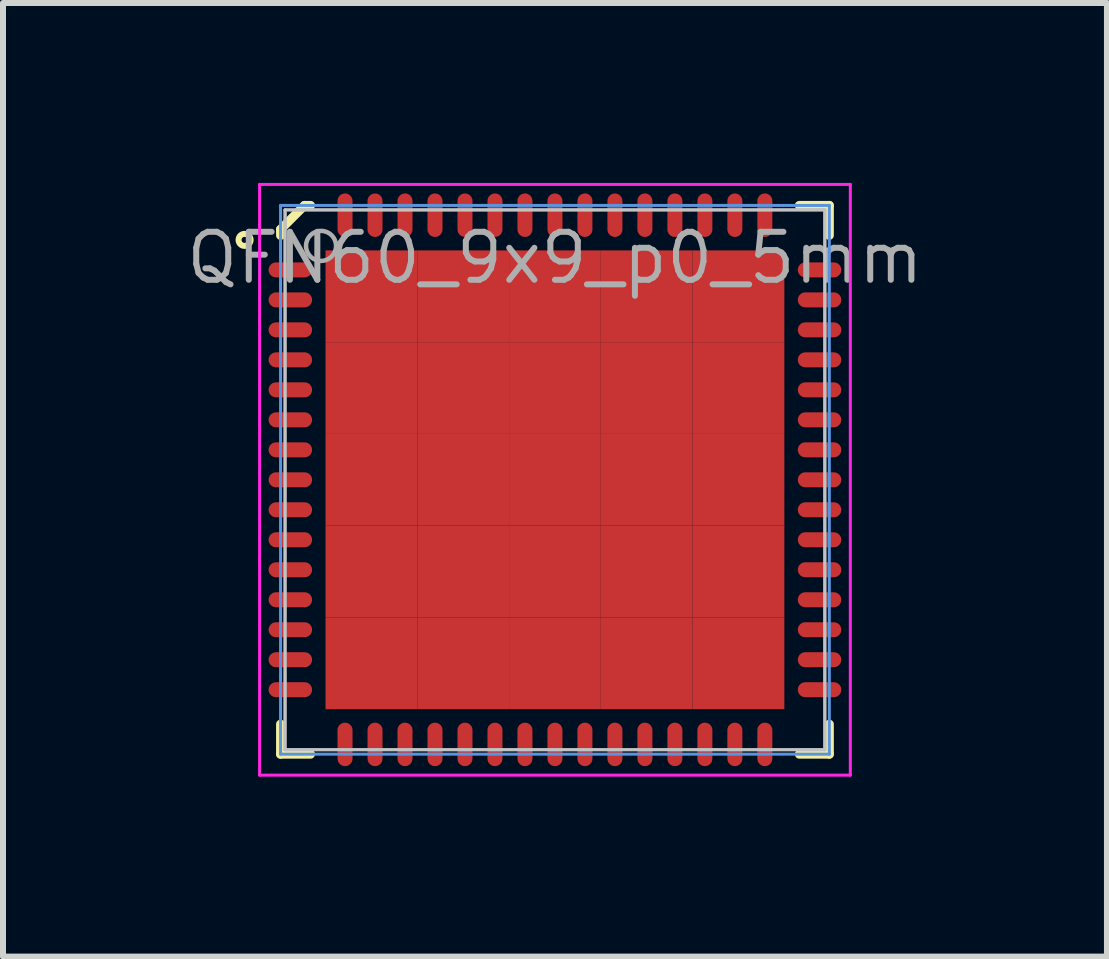
<source format=kicad_pcb>
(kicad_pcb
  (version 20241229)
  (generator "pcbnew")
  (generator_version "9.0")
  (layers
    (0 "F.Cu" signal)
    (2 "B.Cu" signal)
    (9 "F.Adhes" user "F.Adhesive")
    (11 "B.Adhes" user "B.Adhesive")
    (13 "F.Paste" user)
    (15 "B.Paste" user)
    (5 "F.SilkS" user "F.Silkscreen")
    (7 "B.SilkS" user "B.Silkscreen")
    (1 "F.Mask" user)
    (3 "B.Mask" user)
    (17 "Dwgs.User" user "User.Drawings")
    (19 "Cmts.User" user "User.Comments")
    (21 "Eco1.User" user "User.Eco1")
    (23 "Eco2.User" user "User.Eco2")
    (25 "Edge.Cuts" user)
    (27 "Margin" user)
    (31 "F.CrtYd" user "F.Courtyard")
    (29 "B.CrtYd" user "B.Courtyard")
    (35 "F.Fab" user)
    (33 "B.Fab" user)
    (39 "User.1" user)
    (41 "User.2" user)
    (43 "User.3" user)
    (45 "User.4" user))
  (footprint "QFN60_9x9_p0_5mm"
    (layer "F.Cu")
    (at 6.203 4.95)
    (property "Reference" "QFN60_9x9_p0_5mm" (at 0 -3.7 0) (layer "F.Fab") (effects (font (size 0.8 0.8) (thickness 0.1))))
    (attr through_hole)
    (fp_line (start -4.575 -4.175) (end -4.575 -4.075) (stroke (width 0.15) (type solid)) (layer "F.SilkS"))
    (fp_line (start -4.575 -4.175) (end -4.175 -4.575) (stroke (width 0.15) (type solid)) (layer "F.SilkS"))
    (fp_line (start -4.575 4.575) (end -4.575 4.075) (stroke (width 0.15) (type solid)) (layer "F.SilkS"))
    (fp_line (start -4.575 4.575) (end -4.075 4.575) (stroke (width 0.15) (type solid)) (layer "F.SilkS"))
    (fp_line (start -4.075 -4.575) (end -4.175 -4.575) (stroke (width 0.15) (type solid)) (layer "F.SilkS"))
    (fp_line (start 4.575 -4.575) (end 4.075 -4.575) (stroke (width 0.15) (type solid)) (layer "F.SilkS"))
    (fp_line (start 4.575 -4.575) (end 4.575 -4.075) (stroke (width 0.15) (type solid)) (layer "F.SilkS"))
    (fp_line (start 4.575 4.575) (end 4.075 4.575) (stroke (width 0.15) (type solid)) (layer "F.SilkS"))
    (fp_line (start 4.575 4.575) (end 4.575 4.075) (stroke (width 0.15) (type solid)) (layer "F.SilkS"))
    (fp_circle (center -5.175 -4) (end -5.104 -3.929) (stroke (width 0.1) (type solid)) (fill no) (layer "F.SilkS"))
    (fp_line (start -4.5 -4.5) (end -4.5 4.5) (stroke (width 0.05) (type solid)) (layer "Dwgs.User"))
    (fp_line (start -4.5 -4.5) (end 4.5 -4.5) (stroke (width 0.05) (type solid)) (layer "Dwgs.User"))
    (fp_line (start -4.5 4.5) (end 4.5 4.5) (stroke (width 0.05) (type solid)) (layer "Dwgs.User"))
    (fp_line (start 4.5 -4.5) (end 4.5 4.5) (stroke (width 0.05) (type solid)) (layer "Dwgs.User"))
    (fp_line (start -4.575 -4.575) (end -4.575 4.575) (stroke (width 0.05) (type solid)) (layer "Cmts.User"))
    (fp_line (start -4.575 -4.575) (end 4.575 -4.575) (stroke (width 0.05) (type solid)) (layer "Cmts.User"))
    (fp_line (start -4.575 4.575) (end 4.575 4.575) (stroke (width 0.05) (type solid)) (layer "Cmts.User"))
    (fp_line (start 4.575 -4.575) (end 4.575 4.575) (stroke (width 0.05) (type solid)) (layer "Cmts.User"))
    (fp_line (start -4.425 -4.425) (end -4.425 4.425) (stroke (width 0.05) (type solid)) (layer "Eco1.User"))
    (fp_line (start -4.425 -4.425) (end 4.425 -4.425) (stroke (width 0.05) (type solid)) (layer "Eco1.User"))
    (fp_line (start -4.425 4.425) (end 4.425 4.425) (stroke (width 0.05) (type solid)) (layer "Eco1.User"))
    (fp_line (start 4.425 -4.425) (end 4.425 4.425) (stroke (width 0.05) (type solid)) (layer "Eco1.User"))
    (fp_line (start -4.925 -4.925) (end -4.925 4.925) (stroke (width 0.05) (type solid)) (layer "F.CrtYd"))
    (fp_line (start -4.925 -4.925) (end 4.925 -4.925) (stroke (width 0.05) (type solid)) (layer "F.CrtYd"))
    (fp_line (start -4.925 4.925) (end 4.925 4.925) (stroke (width 0.05) (type solid)) (layer "F.CrtYd"))
    (fp_line (start 4.925 -4.925) (end 4.925 4.925) (stroke (width 0.05) (type solid)) (layer "F.CrtYd"))
    (fp_line (start -4.5 -4.5) (end -4.5 4.5) (stroke (width 0.05) (type solid)) (layer "F.Fab"))
    (fp_line (start -4.5 -4.5) (end 4.5 -4.5) (stroke (width 0.05) (type solid)) (layer "F.Fab"))
    (fp_line (start -4.5 4.5) (end 4.5 4.5) (stroke (width 0.05) (type solid)) (layer "F.Fab"))
    (fp_line (start 4.5 -4.5) (end 4.5 4.5) (stroke (width 0.05) (type solid)) (layer "F.Fab"))
    (fp_circle (center -3.9 -3.9) (end -3.723 -3.723) (stroke (width 0.075) (type solid)) (fill no) (layer "F.Fab"))
    (pad "1" smd oval (at -4.412 -3.5 180) (size 0.725 0.25) (layers "F.Cu" "F.Mask" "F.Paste"))
    (pad "2" smd oval (at -4.412 -3 180) (size 0.725 0.25) (layers "F.Cu" "F.Mask" "F.Paste"))
    (pad "3" smd oval (at -4.412 -2.5 180) (size 0.725 0.25) (layers "F.Cu" "F.Mask" "F.Paste"))
    (pad "4" smd oval (at -4.412 -2 180) (size 0.725 0.25) (layers "F.Cu" "F.Mask" "F.Paste"))
    (pad "5" smd oval (at -4.412 -1.5 180) (size 0.725 0.25) (layers "F.Cu" "F.Mask" "F.Paste"))
    (pad "6" smd oval (at -4.412 -1 180) (size 0.725 0.25) (layers "F.Cu" "F.Mask" "F.Paste"))
    (pad "7" smd oval (at -4.412 -0.5 180) (size 0.725 0.25) (layers "F.Cu" "F.Mask" "F.Paste"))
    (pad "8" smd oval (at -4.412 0 180) (size 0.725 0.25) (layers "F.Cu" "F.Mask" "F.Paste"))
    (pad "9" smd oval (at -4.412 0.5 180) (size 0.725 0.25) (layers "F.Cu" "F.Mask" "F.Paste"))
    (pad "10" smd oval (at -4.412 1 180) (size 0.725 0.25) (layers "F.Cu" "F.Mask" "F.Paste"))
    (pad "11" smd oval (at -4.412 1.5 180) (size 0.725 0.25) (layers "F.Cu" "F.Mask" "F.Paste"))
    (pad "12" smd oval (at -4.412 2 180) (size 0.725 0.25) (layers "F.Cu" "F.Mask" "F.Paste"))
    (pad "13" smd oval (at -4.412 2.5 180) (size 0.725 0.25) (layers "F.Cu" "F.Mask" "F.Paste"))
    (pad "14" smd oval (at -4.412 3 180) (size 0.725 0.25) (layers "F.Cu" "F.Mask" "F.Paste"))
    (pad "15" smd oval (at -4.412 3.5 180) (size 0.725 0.25) (layers "F.Cu" "F.Mask" "F.Paste"))
    (pad "16" smd oval (at -3.5 4.412 270) (size 0.725 0.25) (layers "F.Cu" "F.Mask" "F.Paste"))
    (pad "17" smd oval (at -3 4.412 270) (size 0.725 0.25) (layers "F.Cu" "F.Mask" "F.Paste"))
    (pad "18" smd oval (at -2.5 4.412 270) (size 0.725 0.25) (layers "F.Cu" "F.Mask" "F.Paste"))
    (pad "19" smd oval (at -2 4.412 270) (size 0.725 0.25) (layers "F.Cu" "F.Mask" "F.Paste"))
    (pad "20" smd oval (at -1.5 4.412 270) (size 0.725 0.25) (layers "F.Cu" "F.Mask" "F.Paste"))
    (pad "21" smd oval (at -1 4.412 270) (size 0.725 0.25) (layers "F.Cu" "F.Mask" "F.Paste"))
    (pad "22" smd oval (at -0.5 4.412 270) (size 0.725 0.25) (layers "F.Cu" "F.Mask" "F.Paste"))
    (pad "23" smd oval (at 0 4.412 270) (size 0.725 0.25) (layers "F.Cu" "F.Mask" "F.Paste"))
    (pad "24" smd oval (at 0.5 4.412 270) (size 0.725 0.25) (layers "F.Cu" "F.Mask" "F.Paste"))
    (pad "25" smd oval (at 1 4.412 270) (size 0.725 0.25) (layers "F.Cu" "F.Mask" "F.Paste"))
    (pad "26" smd oval (at 1.5 4.412 270) (size 0.725 0.25) (layers "F.Cu" "F.Mask" "F.Paste"))
    (pad "27" smd oval (at 2 4.412 270) (size 0.725 0.25) (layers "F.Cu" "F.Mask" "F.Paste"))
    (pad "28" smd oval (at 2.5 4.412 270) (size 0.725 0.25) (layers "F.Cu" "F.Mask" "F.Paste"))
    (pad "29" smd oval (at 3 4.412 270) (size 0.725 0.25) (layers "F.Cu" "F.Mask" "F.Paste"))
    (pad "30" smd oval (at 3.5 4.412 270) (size 0.725 0.25) (layers "F.Cu" "F.Mask" "F.Paste"))
    (pad "31" smd oval (at 4.412 3.5) (size 0.725 0.25) (layers "F.Cu" "F.Mask" "F.Paste"))
    (pad "32" smd oval (at 4.412 3) (size 0.725 0.25) (layers "F.Cu" "F.Mask" "F.Paste"))
    (pad "33" smd oval (at 4.412 2.5) (size 0.725 0.25) (layers "F.Cu" "F.Mask" "F.Paste"))
    (pad "34" smd oval (at 4.412 2) (size 0.725 0.25) (layers "F.Cu" "F.Mask" "F.Paste"))
    (pad "35" smd oval (at 4.412 1.5) (size 0.725 0.25) (layers "F.Cu" "F.Mask" "F.Paste"))
    (pad "36" smd oval (at 4.412 1) (size 0.725 0.25) (layers "F.Cu" "F.Mask" "F.Paste"))
    (pad "37" smd oval (at 4.412 0.5) (size 0.725 0.25) (layers "F.Cu" "F.Mask" "F.Paste"))
    (pad "38" smd oval (at 4.412 0) (size 0.725 0.25) (layers "F.Cu" "F.Mask" "F.Paste"))
    (pad "39" smd oval (at 4.412 -0.5) (size 0.725 0.25) (layers "F.Cu" "F.Mask" "F.Paste"))
    (pad "40" smd oval (at 4.412 -1) (size 0.725 0.25) (layers "F.Cu" "F.Mask" "F.Paste"))
    (pad "41" smd oval (at 4.412 -1.5) (size 0.725 0.25) (layers "F.Cu" "F.Mask" "F.Paste"))
    (pad "42" smd oval (at 4.412 -2) (size 0.725 0.25) (layers "F.Cu" "F.Mask" "F.Paste"))
    (pad "43" smd oval (at 4.412 -2.5) (size 0.725 0.25) (layers "F.Cu" "F.Mask" "F.Paste"))
    (pad "44" smd oval (at 4.412 -3) (size 0.725 0.25) (layers "F.Cu" "F.Mask" "F.Paste"))
    (pad "45" smd oval (at 4.412 -3.5) (size 0.725 0.25) (layers "F.Cu" "F.Mask" "F.Paste"))
    (pad "46" smd oval (at 3.5 -4.412 90) (size 0.725 0.25) (layers "F.Cu" "F.Mask" "F.Paste"))
    (pad "47" smd oval (at 3 -4.412 90) (size 0.725 0.25) (layers "F.Cu" "F.Mask" "F.Paste"))
    (pad "48" smd oval (at 2.5 -4.412 90) (size 0.725 0.25) (layers "F.Cu" "F.Mask" "F.Paste"))
    (pad "49" smd oval (at 2 -4.412 90) (size 0.725 0.25) (layers "F.Cu" "F.Mask" "F.Paste"))
    (pad "50" smd oval (at 1.5 -4.412 90) (size 0.725 0.25) (layers "F.Cu" "F.Mask" "F.Paste"))
    (pad "51" smd oval (at 1 -4.412 90) (size 0.725 0.25) (layers "F.Cu" "F.Mask" "F.Paste"))
    (pad "52" smd oval (at 0.5 -4.412 90) (size 0.725 0.25) (layers "F.Cu" "F.Mask" "F.Paste"))
    (pad "53" smd oval (at 0 -4.412 90) (size 0.725 0.25) (layers "F.Cu" "F.Mask" "F.Paste"))
    (pad "54" smd oval (at -0.5 -4.412 90) (size 0.725 0.25) (layers "F.Cu" "F.Mask" "F.Paste"))
    (pad "55" smd oval (at -1 -4.412 90) (size 0.725 0.25) (layers "F.Cu" "F.Mask" "F.Paste"))
    (pad "56" smd oval (at -1.5 -4.412 90) (size 0.725 0.25) (layers "F.Cu" "F.Mask" "F.Paste"))
    (pad "57" smd oval (at -2 -4.412 90) (size 0.725 0.25) (layers "F.Cu" "F.Mask" "F.Paste"))
    (pad "58" smd oval (at -2.5 -4.412 90) (size 0.725 0.25) (layers "F.Cu" "F.Mask" "F.Paste"))
    (pad "59" smd oval (at -3 -4.412 90) (size 0.725 0.25) (layers "F.Cu" "F.Mask" "F.Paste"))
    (pad "60" smd oval (at -3.5 -4.412 90) (size 0.725 0.25) (layers "F.Cu" "F.Mask" "F.Paste"))
    (pad "61" smd rect (at -3.06 -3.06) (size 1.53 1.53) (layers "F.Cu" "F.Mask" "F.Paste"))
    (pad "61" smd rect (at -3.06 -1.53) (size 1.53 1.53) (layers "F.Cu" "F.Mask" "F.Paste"))
    (pad "61" smd rect (at -3.06 0) (size 1.53 1.53) (layers "F.Cu" "F.Mask" "F.Paste"))
    (pad "61" smd rect (at -3.06 1.53) (size 1.53 1.53) (layers "F.Cu" "F.Mask" "F.Paste"))
    (pad "61" smd rect (at -3.06 3.06) (size 1.53 1.53) (layers "F.Cu" "F.Mask" "F.Paste"))
    (pad "61" smd rect (at -1.53 -3.06) (size 1.53 1.53) (layers "F.Cu" "F.Mask" "F.Paste"))
    (pad "61" smd rect (at -1.53 -1.53) (size 1.53 1.53) (layers "F.Cu" "F.Mask" "F.Paste"))
    (pad "61" smd rect (at -1.53 0) (size 1.53 1.53) (layers "F.Cu" "F.Mask" "F.Paste"))
    (pad "61" smd rect (at -1.53 1.53) (size 1.53 1.53) (layers "F.Cu" "F.Mask" "F.Paste"))
    (pad "61" smd rect (at -1.53 3.06) (size 1.53 1.53) (layers "F.Cu" "F.Mask" "F.Paste"))
    (pad "61" smd rect (at 0 -3.06) (size 1.53 1.53) (layers "F.Cu" "F.Mask" "F.Paste"))
    (pad "61" smd rect (at 0 -1.53) (size 1.53 1.53) (layers "F.Cu" "F.Mask" "F.Paste"))
    (pad "61" smd rect (at 0 0) (size 1.53 1.53) (layers "F.Cu" "F.Mask" "F.Paste"))
    (pad "61" smd rect (at 0 1.53) (size 1.53 1.53) (layers "F.Cu" "F.Mask" "F.Paste"))
    (pad "61" smd rect (at 0 3.06) (size 1.53 1.53) (layers "F.Cu" "F.Mask" "F.Paste"))
    (pad "61" smd rect (at 1.53 -3.06) (size 1.53 1.53) (layers "F.Cu" "F.Mask" "F.Paste"))
    (pad "61" smd rect (at 1.53 -1.53) (size 1.53 1.53) (layers "F.Cu" "F.Mask" "F.Paste"))
    (pad "61" smd rect (at 1.53 0) (size 1.53 1.53) (layers "F.Cu" "F.Mask" "F.Paste"))
    (pad "61" smd rect (at 1.53 1.53) (size 1.53 1.53) (layers "F.Cu" "F.Mask" "F.Paste"))
    (pad "61" smd rect (at 1.53 3.06) (size 1.53 1.53) (layers "F.Cu" "F.Mask" "F.Paste"))
    (pad "61" smd rect (at 3.06 -3.06) (size 1.53 1.53) (layers "F.Cu" "F.Mask" "F.Paste"))
    (pad "61" smd rect (at 3.06 -1.53) (size 1.53 1.53) (layers "F.Cu" "F.Mask" "F.Paste"))
    (pad "61" smd rect (at 3.06 0) (size 1.53 1.53) (layers "F.Cu" "F.Mask" "F.Paste"))
    (pad "61" smd rect (at 3.06 1.53) (size 1.53 1.53) (layers "F.Cu" "F.Mask" "F.Paste"))
    (pad "61" smd rect (at 3.06 3.06) (size 1.53 1.53) (layers "F.Cu" "F.Mask" "F.Paste")))
  (gr_rect
    (start -3 -3)
    (end 15.407 12.9)
    (stroke (width 0.1) (type default))
    (fill no)
    (layer "Edge.Cuts")))
</source>
